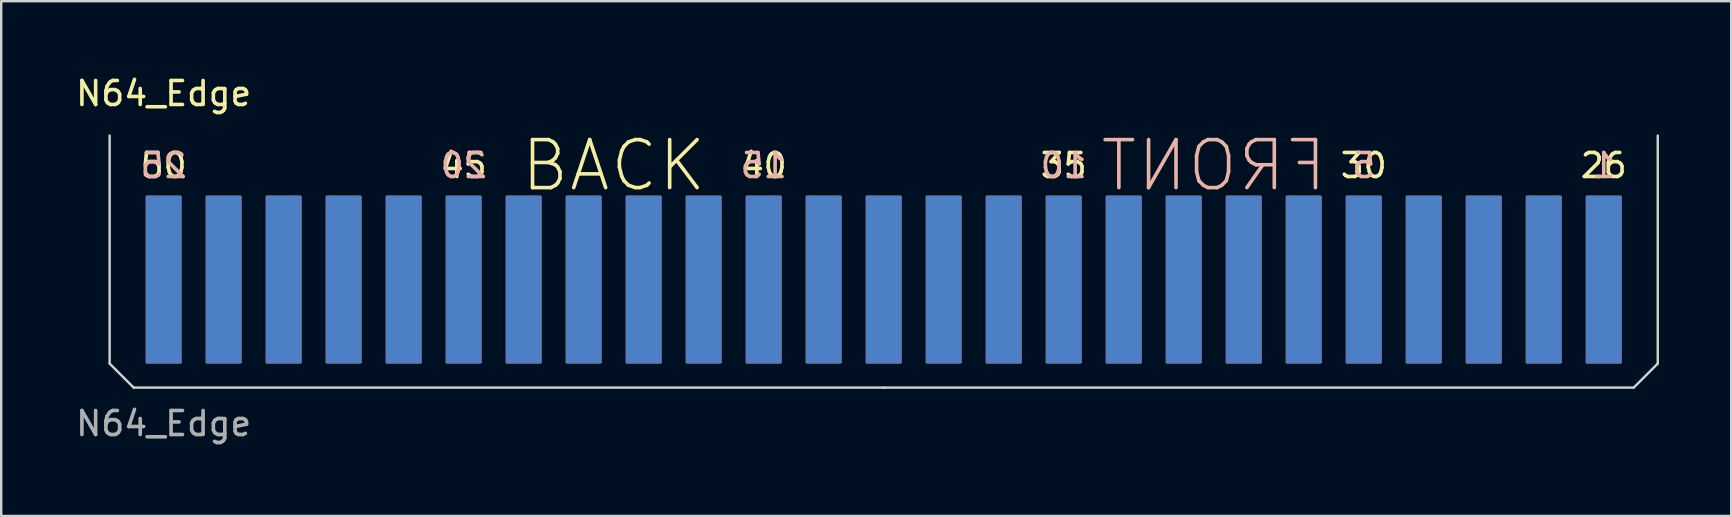
<source format=kicad_pcb>
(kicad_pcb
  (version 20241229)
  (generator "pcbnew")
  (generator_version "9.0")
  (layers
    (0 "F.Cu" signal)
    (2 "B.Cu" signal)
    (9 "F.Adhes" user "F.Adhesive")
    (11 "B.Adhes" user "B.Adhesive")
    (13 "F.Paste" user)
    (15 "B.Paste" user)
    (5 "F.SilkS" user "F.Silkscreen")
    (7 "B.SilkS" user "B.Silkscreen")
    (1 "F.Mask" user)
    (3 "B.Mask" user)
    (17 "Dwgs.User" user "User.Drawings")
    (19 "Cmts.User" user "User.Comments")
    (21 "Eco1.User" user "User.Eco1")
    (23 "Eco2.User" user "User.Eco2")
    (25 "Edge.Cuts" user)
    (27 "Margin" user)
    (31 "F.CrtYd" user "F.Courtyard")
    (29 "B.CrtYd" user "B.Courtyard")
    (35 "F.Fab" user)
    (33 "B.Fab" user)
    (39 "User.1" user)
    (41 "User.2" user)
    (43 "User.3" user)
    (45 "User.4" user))
  (footprint "N64_Edge"
    (layer "F.Cu")
    (at 33.768 2.598)
    (property "Reference" "N64_Edge" (at -30 -1.75 0) (unlocked yes) (layer "F.SilkS") (effects (font (size 1 1) (thickness 0.15))))
    (attr exclude_from_bom)
    (fp_poly (pts (xy 32.25 9.5) (xy 31.25 10.5) (xy -31.25 10.5) (xy -32.25 9.5) (xy -32.25 3.5) (xy 32.25 3.5)) (stroke (width 0.12) (type solid)) (fill yes) (layer "F.Mask"))
    (fp_poly (pts (xy 32.25 9.5) (xy 31.25 10.5) (xy -31.25 10.5) (xy -32.25 9.5) (xy -32.25 3.5) (xy 32.25 3.5)) (stroke (width 0.12) (type solid)) (fill yes) (layer "B.Mask"))
    (fp_line (start -32.25 9.5) (end -32.25 0) (stroke (width 0.1) (type solid)) (layer "Edge.Cuts"))
    (fp_line (start -32.25 9.5) (end -31.25 10.5) (stroke (width 0.1) (type solid)) (layer "Edge.Cuts"))
    (fp_line (start 0 10.5) (end -31.25 10.5) (stroke (width 0.1) (type solid)) (layer "Edge.Cuts"))
    (fp_line (start 0 10.5) (end 31.25 10.5) (stroke (width 0.1) (type solid)) (layer "Edge.Cuts"))
    (fp_line (start 31.25 10.5) (end 32.25 9.5) (stroke (width 0.1) (type solid)) (layer "Edge.Cuts"))
    (fp_line (start 32.25 9.5) (end 32.25 0) (stroke (width 0.1) (type solid)) (layer "Edge.Cuts"))
    (fp_text user "50" (at -30 1.25 0) (unlocked yes) (layer "F.SilkS") (effects (font (size 1 1) (thickness 0.15))))
    (fp_text user "26" (at 30 1.25 0) (unlocked yes) (layer "F.SilkS") (effects (font (size 1 1) (thickness 0.15))))
    (fp_text user "40" (at -5 1.25 0) (unlocked yes) (layer "F.SilkS") (effects (font (size 1 1) (thickness 0.15))))
    (fp_text user "BACK" (at -11.25 1.25 0) (unlocked yes) (layer "F.SilkS") (effects (font (size 2 2) (thickness 0.15))))
    (fp_text user "30" (at 20 1.25 0) (unlocked yes) (layer "F.SilkS") (effects (font (size 1 1) (thickness 0.15))))
    (fp_text user "35" (at 7.5 1.25 0) (unlocked yes) (layer "F.SilkS") (effects (font (size 1 1) (thickness 0.15))))
    (fp_text user "45" (at -17.5 1.25 0) (unlocked yes) (layer "F.SilkS") (effects (font (size 1 1) (thickness 0.15))))
    (fp_text user "5" (at 20 1.25 0) (unlocked yes) (layer "B.SilkS") (effects (font (size 1 1) (thickness 0.15)) (justify mirror)))
    (fp_text user "15" (at -5 1.25 0) (unlocked yes) (layer "B.SilkS") (effects (font (size 1 1) (thickness 0.15)) (justify mirror)))
    (fp_text user "10" (at 7.5 1.25 0) (unlocked yes) (layer "B.SilkS") (effects (font (size 1 1) (thickness 0.15)) (justify mirror)))
    (fp_text user "25" (at -30 1.25 0) (unlocked yes) (layer "B.SilkS") (effects (font (size 1 1) (thickness 0.15)) (justify mirror)))
    (fp_text user "20" (at -17.5 1.25 0) (unlocked yes) (layer "B.SilkS") (effects (font (size 1 1) (thickness 0.15)) (justify mirror)))
    (fp_text user "FRONT" (at 13.75 1.25 0) (unlocked yes) (layer "B.SilkS") (effects (font (size 2 2) (thickness 0.15)) (justify mirror)))
    (fp_text user "1" (at 30 1.25 0) (unlocked yes) (layer "B.SilkS") (effects (font (size 1 1) (thickness 0.15)) (justify mirror)))
    (fp_text user "${REFERENCE}" (at -30 12 0) (unlocked yes) (layer "F.Fab") (effects (font (size 1 1) (thickness 0.15))))
    (pad "1" connect roundrect (at 30 6) (size 1.5 7) (layers "B.Cu") (roundrect_rratio 0.033))
    (pad "2" connect roundrect (at 27.5 6) (size 1.5 7) (layers "B.Cu") (roundrect_rratio 0.033))
    (pad "3" connect roundrect (at 25 6) (size 1.5 7) (layers "B.Cu") (roundrect_rratio 0.033))
    (pad "4" connect roundrect (at 22.5 6) (size 1.5 7) (layers "B.Cu") (roundrect_rratio 0.033))
    (pad "5" connect roundrect (at 20 6) (size 1.5 7) (layers "B.Cu") (roundrect_rratio 0.033))
    (pad "6" connect roundrect (at 17.5 6) (size 1.5 7) (layers "B.Cu") (roundrect_rratio 0.033))
    (pad "7" connect roundrect (at 15 6) (size 1.5 7) (layers "B.Cu") (roundrect_rratio 0.033))
    (pad "8" connect roundrect (at 12.5 6) (size 1.5 7) (layers "B.Cu") (roundrect_rratio 0.033))
    (pad "9" connect roundrect (at 10 6) (size 1.5 7) (layers "B.Cu") (roundrect_rratio 0.033))
    (pad "10" connect roundrect (at 7.5 6) (size 1.5 7) (layers "B.Cu") (roundrect_rratio 0.033))
    (pad "11" connect roundrect (at 5 6) (size 1.5 7) (layers "B.Cu") (roundrect_rratio 0.033))
    (pad "12" connect roundrect (at 2.5 6) (size 1.5 7) (layers "B.Cu") (roundrect_rratio 0.033))
    (pad "13" connect roundrect (at 0 6) (size 1.5 7) (layers "B.Cu") (roundrect_rratio 0.033))
    (pad "14" connect roundrect (at -2.5 6) (size 1.5 7) (layers "B.Cu") (roundrect_rratio 0.033))
    (pad "15" connect roundrect (at -5 6) (size 1.5 7) (layers "B.Cu") (roundrect_rratio 0.033))
    (pad "16" connect roundrect (at -7.5 6) (size 1.5 7) (layers "B.Cu") (roundrect_rratio 0.033))
    (pad "17" connect roundrect (at -10 6) (size 1.5 7) (layers "B.Cu") (roundrect_rratio 0.033))
    (pad "18" connect roundrect (at -12.5 6) (size 1.5 7) (layers "B.Cu") (roundrect_rratio 0.033))
    (pad "19" connect roundrect (at -15 6) (size 1.5 7) (layers "B.Cu") (roundrect_rratio 0.033))
    (pad "20" connect roundrect (at -17.5 6) (size 1.5 7) (layers "B.Cu") (roundrect_rratio 0.033))
    (pad "21" connect roundrect (at -20 6) (size 1.5 7) (layers "B.Cu") (roundrect_rratio 0.033))
    (pad "22" connect roundrect (at -22.5 6) (size 1.5 7) (layers "B.Cu") (roundrect_rratio 0.033))
    (pad "23" connect roundrect (at -25 6) (size 1.5 7) (layers "B.Cu") (roundrect_rratio 0.033))
    (pad "24" connect roundrect (at -27.5 6) (size 1.5 7) (layers "B.Cu") (roundrect_rratio 0.033))
    (pad "25" connect roundrect (at -30 6) (size 1.5 7) (layers "B.Cu") (roundrect_rratio 0.033))
    (pad "26" connect roundrect (at 30 6) (size 1.5 7) (layers "F.Cu") (roundrect_rratio 0.033))
    (pad "27" connect roundrect (at 27.5 6) (size 1.5 7) (layers "F.Cu") (roundrect_rratio 0.033))
    (pad "28" connect roundrect (at 25 6) (size 1.5 7) (layers "F.Cu") (roundrect_rratio 0.033))
    (pad "29" connect roundrect (at 22.5 6) (size 1.5 7) (layers "F.Cu") (roundrect_rratio 0.033))
    (pad "30" connect roundrect (at 20 6) (size 1.5 7) (layers "F.Cu") (roundrect_rratio 0.033))
    (pad "31" connect roundrect (at 17.5 6) (size 1.5 7) (layers "F.Cu") (roundrect_rratio 0.033))
    (pad "32" connect roundrect (at 15 6) (size 1.5 7) (layers "F.Cu") (roundrect_rratio 0.033))
    (pad "33" connect roundrect (at 12.5 6) (size 1.5 7) (layers "F.Cu") (roundrect_rratio 0.033))
    (pad "34" connect roundrect (at 10 6) (size 1.5 7) (layers "F.Cu") (roundrect_rratio 0.033))
    (pad "35" connect roundrect (at 7.5 6) (size 1.5 7) (layers "F.Cu") (roundrect_rratio 0.033))
    (pad "36" connect roundrect (at 5 6) (size 1.5 7) (layers "F.Cu") (roundrect_rratio 0.033))
    (pad "37" connect roundrect (at 2.5 6) (size 1.5 7) (layers "F.Cu") (roundrect_rratio 0.033))
    (pad "38" connect roundrect (at 0 6) (size 1.5 7) (layers "F.Cu") (roundrect_rratio 0.033))
    (pad "39" connect roundrect (at -2.5 6) (size 1.5 7) (layers "F.Cu") (roundrect_rratio 0.033))
    (pad "40" connect roundrect (at -5 6) (size 1.5 7) (layers "F.Cu") (roundrect_rratio 0.033))
    (pad "41" connect roundrect (at -7.5 6) (size 1.5 7) (layers "F.Cu") (roundrect_rratio 0.033))
    (pad "42" connect roundrect (at -10 6) (size 1.5 7) (layers "F.Cu") (roundrect_rratio 0.033))
    (pad "43" connect roundrect (at -12.5 6) (size 1.5 7) (layers "F.Cu") (roundrect_rratio 0.033))
    (pad "44" connect roundrect (at -15 6) (size 1.5 7) (layers "F.Cu") (roundrect_rratio 0.033))
    (pad "45" connect roundrect (at -17.5 6) (size 1.5 7) (layers "F.Cu") (roundrect_rratio 0.033))
    (pad "46" connect roundrect (at -20 6) (size 1.5 7) (layers "F.Cu") (roundrect_rratio 0.033))
    (pad "47" connect roundrect (at -22.5 6) (size 1.5 7) (layers "F.Cu") (roundrect_rratio 0.033))
    (pad "48" connect roundrect (at -25 6) (size 1.5 7) (layers "F.Cu") (roundrect_rratio 0.033))
    (pad "49" connect roundrect (at -27.5 6) (size 1.5 7) (layers "F.Cu") (roundrect_rratio 0.033))
    (pad "50" connect roundrect (at -30 6) (size 1.5 7) (layers "F.Cu") (roundrect_rratio 0.033))
    (zone (net_name "") (layer "F.Cu") (hatch edge 0.508) (connect_pads) (min_thickness 0.254) (filled_areas_thickness no) (keepout (tracks allowed) (vias allowed) (pads allowed) (copperpour allowed) (footprints not_allowed)) (placement (enabled no)) (fill) (polygon (pts (xy 66.018 12.098) (xy 65.018 13.098) (xy 2.518 13.098) (xy 1.518 12.098) (xy 1.518 1.598) (xy 66.018 1.598))))
    (zone (net_name "") (layer "B.Cu") (hatch edge 0.508) (connect_pads) (min_thickness 0.254) (filled_areas_thickness no) (keepout (tracks allowed) (vias allowed) (pads allowed) (copperpour allowed) (footprints not_allowed)) (placement (enabled no)) (fill) (polygon (pts (xy 66.018 12.098) (xy 65.018 13.098) (xy 2.518 13.098) (xy 1.518 12.098) (xy 1.518 1.598) (xy 66.018 1.598)))))
  (gr_rect
    (start -3 -3)
    (end 69.078 18.447)
    (stroke (width 0.1) (type default))
    (fill no)
    (layer "Edge.Cuts")))
</source>
